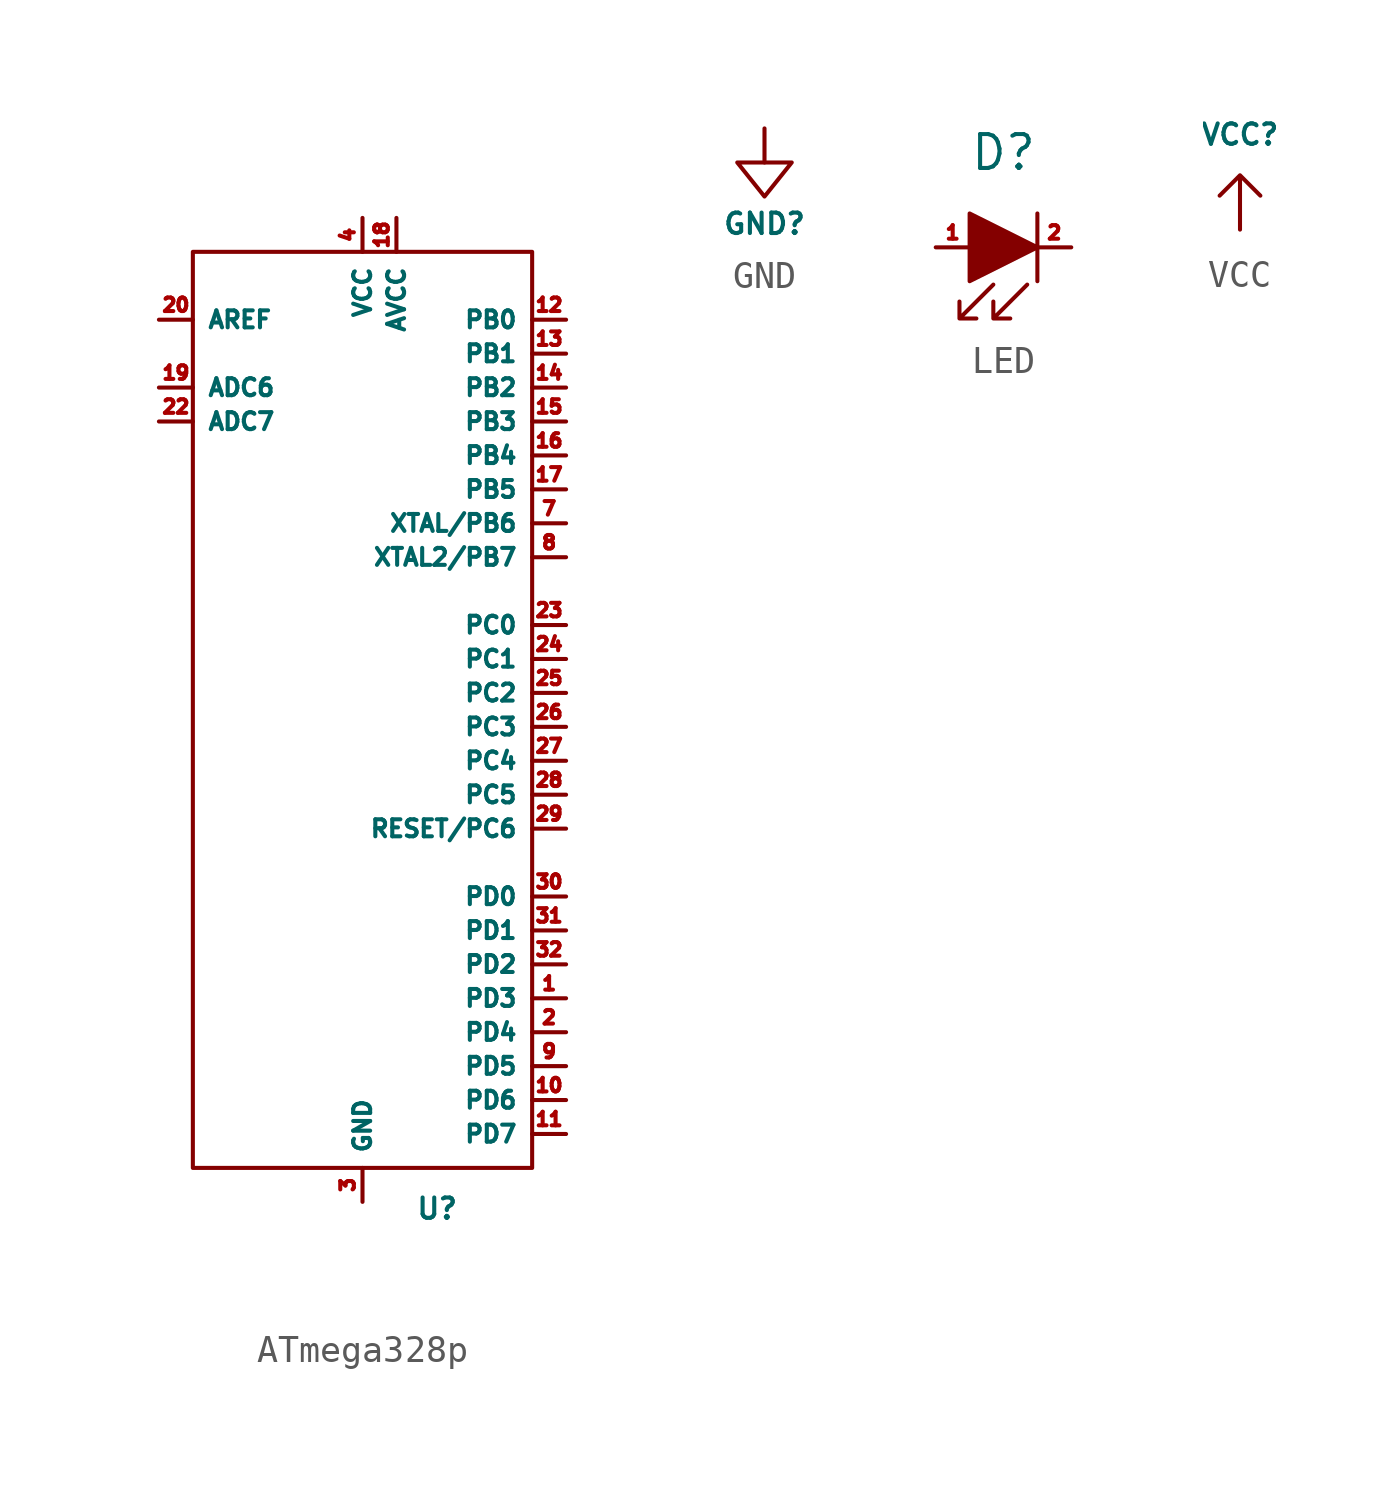
<source format=kicad_sym>
(kicad_symbol_lib
  (version 20241209)
  (generator "kicad_symbol_editor")
  (generator_version "9.0")
  (symbol "ATmega328p"
    (property "Reference" "U"
      (at -1.016 -16.764 0)
      (effects (font (size 0.762 0.762))))
    (property "Value" ""
      (at 0 0 0)
      (effects (font (size 1.27 1.27))))
    (symbol "ATmega328p_0_1"
      (rectangle (start -10.16 19.05) (end 2.54 -15.24) (stroke (width 0) (type default)) (fill (type none))))
    (symbol "ATmega328p_1_1"
      (pin power_in line (at -11.43 16.51 0) (length 1.27) (name "AREF" (effects (font (size 0.635 0.635)))) (number "20" (effects (font (size 0.508 0.508)))))
      (pin input line (at -11.43 13.97 0) (length 1.27) (name "ADC6" (effects (font (size 0.635 0.635)))) (number "19" (effects (font (size 0.508 0.508)))))
      (pin input line (at -11.43 12.7 0) (length 1.27) (name "ADC7" (effects (font (size 0.635 0.635)))) (number "22" (effects (font (size 0.508 0.508)))))
      (pin power_in line (at -3.81 20.32 270) (length 1.27) (name "VCC" (effects (font (size 0.635 0.635)))) (number "4" (effects (font (size 0.508 0.508)))))
      (pin power_in line (at -3.81 -16.51 90) (length 1.27) (name "GND" (effects (font (size 0.635 0.635)))) (number "3" (effects (font (size 0.508 0.508)))))
      (pin power_in line (at -2.54 20.32 270) (length 1.27) (name "AVCC" (effects (font (size 0.635 0.635)))) (number "18" (effects (font (size 0.508 0.508)))))
      (pin bidirectional line (at 3.81 16.51 180) (length 1.27) (name "PB0" (effects (font (size 0.635 0.635)))) (number "12" (effects (font (size 0.508 0.508)))))
      (pin bidirectional line (at 3.81 15.24 180) (length 1.27) (name "PB1" (effects (font (size 0.635 0.635)))) (number "13" (effects (font (size 0.508 0.508)))))
      (pin bidirectional line (at 3.81 13.97 180) (length 1.27) (name "PB2" (effects (font (size 0.635 0.635)))) (number "14" (effects (font (size 0.508 0.508)))))
      (pin bidirectional line (at 3.81 12.7 180) (length 1.27) (name "PB3" (effects (font (size 0.635 0.635)))) (number "15" (effects (font (size 0.508 0.508)))))
      (pin bidirectional line (at 3.81 11.43 180) (length 1.27) (name "PB4" (effects (font (size 0.635 0.635)))) (number "16" (effects (font (size 0.508 0.508)))))
      (pin bidirectional line (at 3.81 10.16 180) (length 1.27) (name "PB5" (effects (font (size 0.635 0.635)))) (number "17" (effects (font (size 0.508 0.508)))))
      (pin bidirectional line (at 3.81 8.89 180) (length 1.27) (name "XTAL/PB6" (effects (font (size 0.635 0.635)))) (number "7" (effects (font (size 0.508 0.508)))))
      (pin bidirectional line (at 3.81 7.62 180) (length 1.27) (name "XTAL2/PB7" (effects (font (size 0.635 0.635)))) (number "8" (effects (font (size 0.508 0.508)))))
      (pin bidirectional line (at 3.81 5.08 180) (length 1.27) (name "PC0" (effects (font (size 0.635 0.635)))) (number "23" (effects (font (size 0.508 0.508)))))
      (pin bidirectional line (at 3.81 3.81 180) (length 1.27) (name "PC1" (effects (font (size 0.635 0.635)))) (number "24" (effects (font (size 0.508 0.508)))))
      (pin bidirectional line (at 3.81 2.54 180) (length 1.27) (name "PC2" (effects (font (size 0.635 0.635)))) (number "25" (effects (font (size 0.508 0.508)))))
      (pin bidirectional line (at 3.81 1.27 180) (length 1.27) (name "PC3" (effects (font (size 0.635 0.635)))) (number "26" (effects (font (size 0.508 0.508)))))
      (pin bidirectional line (at 3.81 0 180) (length 1.27) (name "PC4" (effects (font (size 0.635 0.635)))) (number "27" (effects (font (size 0.508 0.508)))))
      (pin bidirectional line (at 3.81 -1.27 180) (length 1.27) (name "PC5" (effects (font (size 0.635 0.635)))) (number "28" (effects (font (size 0.508 0.508)))))
      (pin bidirectional line (at 3.81 -2.54 180) (length 1.27) (name "RESET/PC6" (effects (font (size 0.635 0.635)))) (number "29" (effects (font (size 0.508 0.508)))))
      (pin bidirectional line (at 3.81 -5.08 180) (length 1.27) (name "PD0" (effects (font (size 0.635 0.635)))) (number "30" (effects (font (size 0.508 0.508)))))
      (pin bidirectional line (at 3.81 -6.35 180) (length 1.27) (name "PD1" (effects (font (size 0.635 0.635)))) (number "31" (effects (font (size 0.508 0.508)))))
      (pin bidirectional line (at 3.81 -7.62 180) (length 1.27) (name "PD2" (effects (font (size 0.635 0.635)))) (number "32" (effects (font (size 0.508 0.508)))))
      (pin bidirectional line (at 3.81 -8.89 180) (length 1.27) (name "PD3" (effects (font (size 0.635 0.635)))) (number "1" (effects (font (size 0.508 0.508)))))
      (pin bidirectional line (at 3.81 -10.16 180) (length 1.27) (name "PD4" (effects (font (size 0.635 0.635)))) (number "2" (effects (font (size 0.508 0.508)))))
      (pin bidirectional line (at 3.81 -11.43 180) (length 1.27) (name "PD5" (effects (font (size 0.635 0.635)))) (number "9" (effects (font (size 0.508 0.508)))))
      (pin bidirectional line (at 3.81 -12.7 180) (length 1.27) (name "PD6" (effects (font (size 0.635 0.635)))) (number "10" (effects (font (size 0.508 0.508)))))
      (pin bidirectional line (at 3.81 -13.97 180) (length 1.27) (name "PD7" (effects (font (size 0.635 0.635)))) (number "11" (effects (font (size 0.508 0.508)))))))
  (symbol "GND"
    (property "Reference" "GND"
      (at 0 -2.286 0)
      (effects (font (size 0.762 0.762))))
    (property "Value" ""
      (at 0 0 0)
      (effects (font (size 1.27 1.27))))
    (symbol "GND_0_1"
      (polyline (pts (xy 0 0) (xy -1.016 0) (xy 0 -1.27) (xy 1.016 0) (xy 0 0)) (stroke (width 0) (type default)) (fill (type none))))
    (symbol "GND_1_1"
      (pin power_in line (at 0 1.27 270) (length 1.27) (name "" (effects (font (size 1.27 1.27)))) (number "" (effects (font (size 1.27 1.27)))))))
  (symbol "LED"
    (property "Reference" "D"
      (at 0 3.556 0)
      (effects (font (size 1.27 1.27))))
    (property "Value" ""
      (at 0 0 0)
      (effects (font (size 1.27 1.27))))
    (symbol "LED_1_1"
      (polyline (pts (xy -0.381 -1.397) (xy -1.651 -2.667) (xy -1.651 -2.032) (xy -1.651 -2.667) (xy -1.016 -2.667)) (stroke (width 0) (type default)) (fill (type none)))
      (polyline (pts (xy -0.381 -2.667) (xy -0.381 -2.032) (xy -0.381 -2.667) (xy 0.254 -2.667) (xy -0.381 -2.667) (xy 0.889 -1.397)) (stroke (width 0) (type default)) (fill (type none)))
      (polyline (pts (xy 1.27 1.27) (xy 1.27 -1.27) (xy 1.27 0) (xy -1.27 1.27) (xy -1.27 -1.27) (xy 1.27 0)) (stroke (width 0) (type solid)) (fill (type outline)))
      (pin passive line (at -2.54 0 0) (length 1.27) (name "" (effects (font (size 1.27 1.27)))) (number "1" (effects (font (size 0.508 0.508)))))
      (pin passive line (at 2.54 0 180) (length 1.27) (name "" (effects (font (size 1.27 1.27)))) (number "2" (effects (font (size 0.508 0.508)))))))
  (symbol "VCC"
    (property "Reference" "VCC"
      (at 0 2.286 0)
      (effects (font (size 0.762 0.762))))
    (property "Value" ""
      (at 0 0 0)
      (effects (font (size 1.27 1.27))))
    (symbol "VCC_0_1"
      (polyline (pts (xy -0.762 0) (xy 0 0.762) (xy 0 0) (xy 0 0.762) (xy 0.762 0)) (stroke (width 0) (type default)) (fill (type none))))
    (symbol "VCC_1_1"
      (pin power_in line (at 0 -1.27 90) (length 1.27) (name "" (effects (font (size 1.27 1.27)))) (number "" (effects (font (size 1.27 1.27))))))))
</source>
